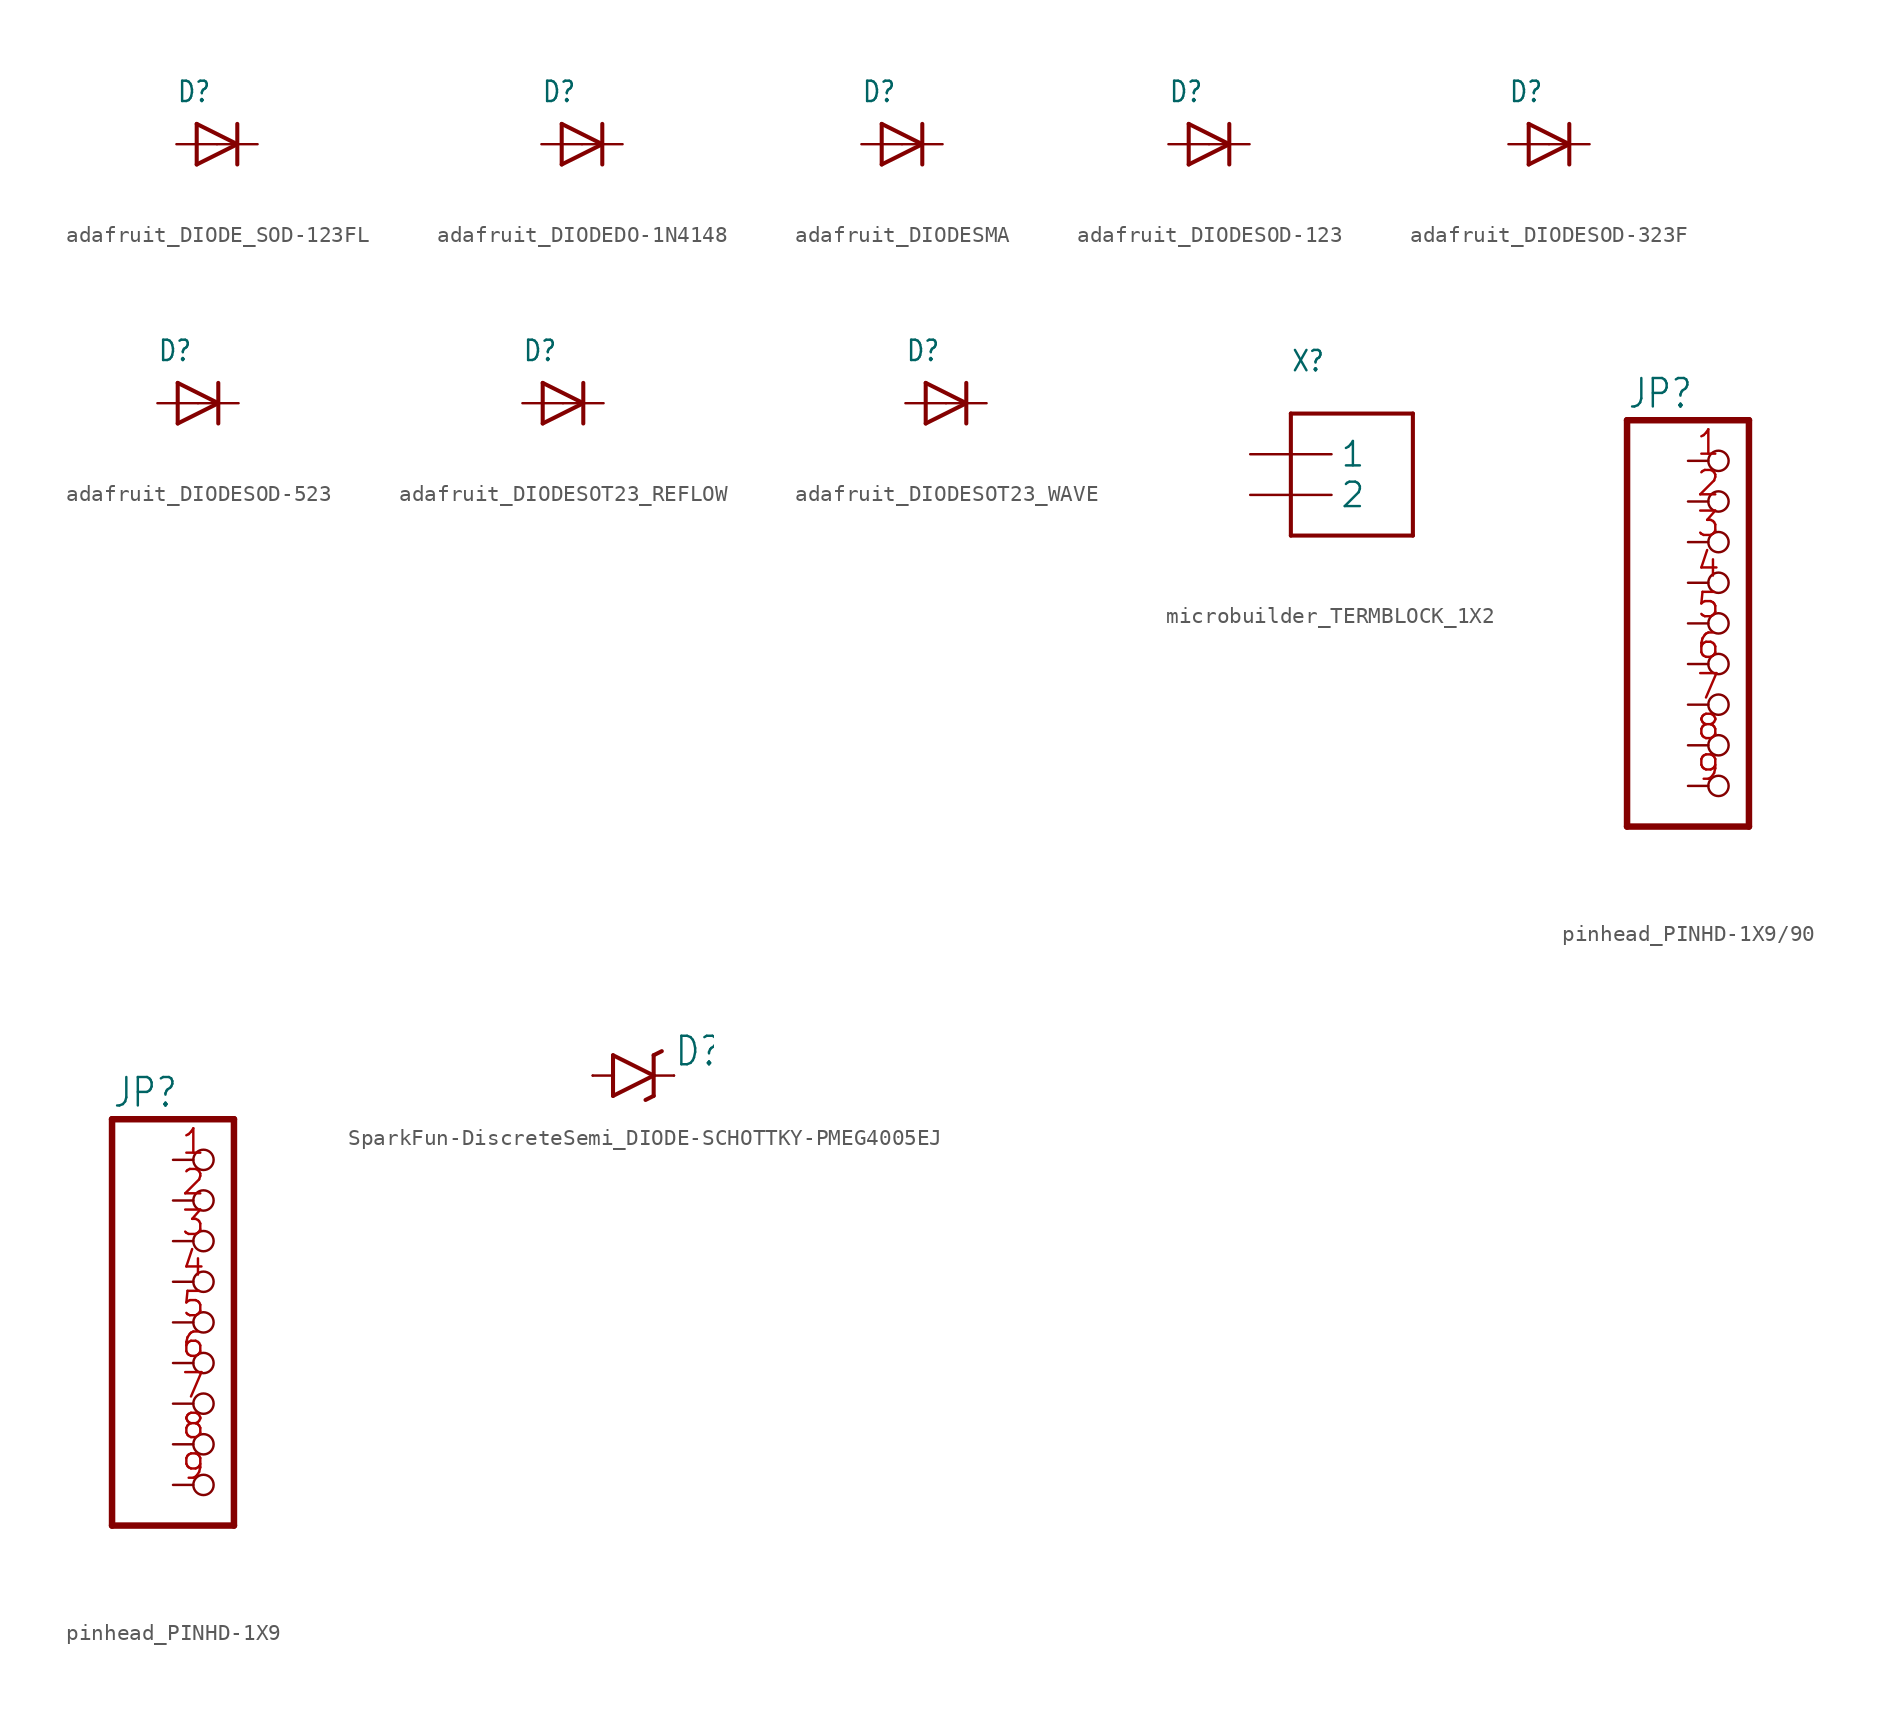
<source format=kicad_sym>
(kicad_symbol_lib
  (version 20241209)
  (generator "kicad_symbol_editor")
  (generator_version "9.0")
  (symbol "adafruit_DIODE_SOD-123FL"
    (property "Reference" "D"
      (at -2.54 2.54 0)
      (effects (font (size 1.27 1.079)) (justify left bottom)))
    (property "Value" ""
      (at -2.54 -3.81 0)
      (effects (font (size 1.27 1.079)) (justify left bottom)))
    (property "ki_locked" ""
      (at 0 0 0)
      (effects (font (size 1.27 1.27))))
    (symbol "adafruit_DIODE_SOD-123FL_1_0"
      (polyline (pts (xy -1.27 1.27) (xy -1.27 -1.27)) (stroke (width 0.254) (type solid)) (fill (type none)))
      (polyline (pts (xy -1.27 -1.27) (xy 1.27 0)) (stroke (width 0.254) (type solid)) (fill (type none)))
      (polyline (pts (xy 1.27 1.27) (xy 1.27 0)) (stroke (width 0.254) (type solid)) (fill (type none)))
      (polyline (pts (xy 1.27 0) (xy -1.27 1.27)) (stroke (width 0.254) (type solid)) (fill (type none)))
      (polyline (pts (xy 1.27 0) (xy 1.27 -1.27)) (stroke (width 0.254) (type solid)) (fill (type none)))
      (pin passive line (at -2.54 0 0) (length 2.54) (name "A" (effects (font (size 0 0)))) (number "A" (effects (font (size 0 0)))))
      (pin passive line (at 2.54 0 180) (length 2.54) (name "C" (effects (font (size 0 0)))) (number "C" (effects (font (size 0 0)))))))
  (symbol "adafruit_DIODEDO-1N4148"
    (property "Reference" "D"
      (at -2.54 2.54 0)
      (effects (font (size 1.27 1.079)) (justify left bottom)))
    (property "Value" ""
      (at -2.54 -3.81 0)
      (effects (font (size 1.27 1.079)) (justify left bottom)))
    (property "ki_locked" ""
      (at 0 0 0)
      (effects (font (size 1.27 1.27))))
    (symbol "adafruit_DIODEDO-1N4148_1_0"
      (polyline (pts (xy -1.27 1.27) (xy -1.27 -1.27)) (stroke (width 0.254) (type solid)) (fill (type none)))
      (polyline (pts (xy -1.27 -1.27) (xy 1.27 0)) (stroke (width 0.254) (type solid)) (fill (type none)))
      (polyline (pts (xy 1.27 1.27) (xy 1.27 0)) (stroke (width 0.254) (type solid)) (fill (type none)))
      (polyline (pts (xy 1.27 0) (xy -1.27 1.27)) (stroke (width 0.254) (type solid)) (fill (type none)))
      (polyline (pts (xy 1.27 0) (xy 1.27 -1.27)) (stroke (width 0.254) (type solid)) (fill (type none)))
      (pin passive line (at -2.54 0 0) (length 2.54) (name "A" (effects (font (size 0 0)))) (number "A" (effects (font (size 0 0)))))
      (pin passive line (at 2.54 0 180) (length 2.54) (name "C" (effects (font (size 0 0)))) (number "C" (effects (font (size 0 0)))))))
  (symbol "adafruit_DIODESMA"
    (property "Reference" "D"
      (at -2.54 2.54 0)
      (effects (font (size 1.27 1.079)) (justify left bottom)))
    (property "Value" ""
      (at -2.54 -3.81 0)
      (effects (font (size 1.27 1.079)) (justify left bottom)))
    (property "ki_locked" ""
      (at 0 0 0)
      (effects (font (size 1.27 1.27))))
    (symbol "adafruit_DIODESMA_1_0"
      (polyline (pts (xy -1.27 1.27) (xy -1.27 -1.27)) (stroke (width 0.254) (type solid)) (fill (type none)))
      (polyline (pts (xy -1.27 -1.27) (xy 1.27 0)) (stroke (width 0.254) (type solid)) (fill (type none)))
      (polyline (pts (xy 1.27 1.27) (xy 1.27 0)) (stroke (width 0.254) (type solid)) (fill (type none)))
      (polyline (pts (xy 1.27 0) (xy -1.27 1.27)) (stroke (width 0.254) (type solid)) (fill (type none)))
      (polyline (pts (xy 1.27 0) (xy 1.27 -1.27)) (stroke (width 0.254) (type solid)) (fill (type none)))
      (pin passive line (at -2.54 0 0) (length 2.54) (name "A" (effects (font (size 0 0)))) (number "A" (effects (font (size 0 0)))))
      (pin passive line (at 2.54 0 180) (length 2.54) (name "C" (effects (font (size 0 0)))) (number "C" (effects (font (size 0 0)))))))
  (symbol "adafruit_DIODESOD-123"
    (property "Reference" "D"
      (at -2.54 2.54 0)
      (effects (font (size 1.27 1.079)) (justify left bottom)))
    (property "Value" ""
      (at -2.54 -3.81 0)
      (effects (font (size 1.27 1.079)) (justify left bottom)))
    (property "ki_locked" ""
      (at 0 0 0)
      (effects (font (size 1.27 1.27))))
    (symbol "adafruit_DIODESOD-123_1_0"
      (polyline (pts (xy -1.27 1.27) (xy -1.27 -1.27)) (stroke (width 0.254) (type solid)) (fill (type none)))
      (polyline (pts (xy -1.27 -1.27) (xy 1.27 0)) (stroke (width 0.254) (type solid)) (fill (type none)))
      (polyline (pts (xy 1.27 1.27) (xy 1.27 0)) (stroke (width 0.254) (type solid)) (fill (type none)))
      (polyline (pts (xy 1.27 0) (xy -1.27 1.27)) (stroke (width 0.254) (type solid)) (fill (type none)))
      (polyline (pts (xy 1.27 0) (xy 1.27 -1.27)) (stroke (width 0.254) (type solid)) (fill (type none)))
      (pin passive line (at -2.54 0 0) (length 2.54) (name "A" (effects (font (size 0 0)))) (number "A" (effects (font (size 0 0)))))
      (pin passive line (at 2.54 0 180) (length 2.54) (name "C" (effects (font (size 0 0)))) (number "C" (effects (font (size 0 0)))))))
  (symbol "adafruit_DIODESOD-323F"
    (property "Reference" "D"
      (at -2.54 2.54 0)
      (effects (font (size 1.27 1.079)) (justify left bottom)))
    (property "Value" ""
      (at -2.54 -3.81 0)
      (effects (font (size 1.27 1.079)) (justify left bottom)))
    (property "ki_locked" ""
      (at 0 0 0)
      (effects (font (size 1.27 1.27))))
    (symbol "adafruit_DIODESOD-323F_1_0"
      (polyline (pts (xy -1.27 1.27) (xy -1.27 -1.27)) (stroke (width 0.254) (type solid)) (fill (type none)))
      (polyline (pts (xy -1.27 -1.27) (xy 1.27 0)) (stroke (width 0.254) (type solid)) (fill (type none)))
      (polyline (pts (xy 1.27 1.27) (xy 1.27 0)) (stroke (width 0.254) (type solid)) (fill (type none)))
      (polyline (pts (xy 1.27 0) (xy -1.27 1.27)) (stroke (width 0.254) (type solid)) (fill (type none)))
      (polyline (pts (xy 1.27 0) (xy 1.27 -1.27)) (stroke (width 0.254) (type solid)) (fill (type none)))
      (pin passive line (at -2.54 0 0) (length 2.54) (name "A" (effects (font (size 0 0)))) (number "A" (effects (font (size 0 0)))))
      (pin passive line (at 2.54 0 180) (length 2.54) (name "C" (effects (font (size 0 0)))) (number "C" (effects (font (size 0 0)))))))
  (symbol "adafruit_DIODESOD-523"
    (property "Reference" "D"
      (at -2.54 2.54 0)
      (effects (font (size 1.27 1.079)) (justify left bottom)))
    (property "Value" ""
      (at -2.54 -3.81 0)
      (effects (font (size 1.27 1.079)) (justify left bottom)))
    (property "ki_locked" ""
      (at 0 0 0)
      (effects (font (size 1.27 1.27))))
    (symbol "adafruit_DIODESOD-523_1_0"
      (polyline (pts (xy -1.27 1.27) (xy -1.27 -1.27)) (stroke (width 0.254) (type solid)) (fill (type none)))
      (polyline (pts (xy -1.27 -1.27) (xy 1.27 0)) (stroke (width 0.254) (type solid)) (fill (type none)))
      (polyline (pts (xy 1.27 1.27) (xy 1.27 0)) (stroke (width 0.254) (type solid)) (fill (type none)))
      (polyline (pts (xy 1.27 0) (xy -1.27 1.27)) (stroke (width 0.254) (type solid)) (fill (type none)))
      (polyline (pts (xy 1.27 0) (xy 1.27 -1.27)) (stroke (width 0.254) (type solid)) (fill (type none)))
      (pin passive line (at -2.54 0 0) (length 2.54) (name "A" (effects (font (size 0 0)))) (number "A" (effects (font (size 0 0)))))
      (pin passive line (at 2.54 0 180) (length 2.54) (name "C" (effects (font (size 0 0)))) (number "K" (effects (font (size 0 0)))))))
  (symbol "adafruit_DIODESOT23_REFLOW"
    (property "Reference" "D"
      (at -2.54 2.54 0)
      (effects (font (size 1.27 1.079)) (justify left bottom)))
    (property "Value" ""
      (at -2.54 -3.81 0)
      (effects (font (size 1.27 1.079)) (justify left bottom)))
    (property "ki_locked" ""
      (at 0 0 0)
      (effects (font (size 1.27 1.27))))
    (symbol "adafruit_DIODESOT23_REFLOW_1_0"
      (polyline (pts (xy -1.27 1.27) (xy -1.27 -1.27)) (stroke (width 0.254) (type solid)) (fill (type none)))
      (polyline (pts (xy -1.27 -1.27) (xy 1.27 0)) (stroke (width 0.254) (type solid)) (fill (type none)))
      (polyline (pts (xy 1.27 1.27) (xy 1.27 0)) (stroke (width 0.254) (type solid)) (fill (type none)))
      (polyline (pts (xy 1.27 0) (xy -1.27 1.27)) (stroke (width 0.254) (type solid)) (fill (type none)))
      (polyline (pts (xy 1.27 0) (xy 1.27 -1.27)) (stroke (width 0.254) (type solid)) (fill (type none)))
      (pin passive line (at -2.54 0 0) (length 2.54) (name "A" (effects (font (size 0 0)))) (number "1" (effects (font (size 0 0)))))
      (pin passive line (at 2.54 0 180) (length 2.54) (name "C" (effects (font (size 0 0)))) (number "3" (effects (font (size 0 0)))))))
  (symbol "adafruit_DIODESOT23_WAVE"
    (property "Reference" "D"
      (at -2.54 2.54 0)
      (effects (font (size 1.27 1.079)) (justify left bottom)))
    (property "Value" ""
      (at -2.54 -3.81 0)
      (effects (font (size 1.27 1.079)) (justify left bottom)))
    (property "ki_locked" ""
      (at 0 0 0)
      (effects (font (size 1.27 1.27))))
    (symbol "adafruit_DIODESOT23_WAVE_1_0"
      (polyline (pts (xy -1.27 1.27) (xy -1.27 -1.27)) (stroke (width 0.254) (type solid)) (fill (type none)))
      (polyline (pts (xy -1.27 -1.27) (xy 1.27 0)) (stroke (width 0.254) (type solid)) (fill (type none)))
      (polyline (pts (xy 1.27 1.27) (xy 1.27 0)) (stroke (width 0.254) (type solid)) (fill (type none)))
      (polyline (pts (xy 1.27 0) (xy -1.27 1.27)) (stroke (width 0.254) (type solid)) (fill (type none)))
      (polyline (pts (xy 1.27 0) (xy 1.27 -1.27)) (stroke (width 0.254) (type solid)) (fill (type none)))
      (pin passive line (at -2.54 0 0) (length 2.54) (name "A" (effects (font (size 0 0)))) (number "1" (effects (font (size 0 0)))))
      (pin passive line (at 2.54 0 180) (length 2.54) (name "C" (effects (font (size 0 0)))) (number "3" (effects (font (size 0 0)))))))
  (symbol "microbuilder_TERMBLOCK_1X2"
    (property "Reference" "X"
      (at -2.54 7.62 0)
      (effects (font (size 1.27 1.079)) (justify left bottom)))
    (property "Value" ""
      (at -2.54 -5.08 0)
      (effects (font (size 1.27 1.079)) (justify left bottom)))
    (property "ki_locked" ""
      (at 0 0 0)
      (effects (font (size 1.27 1.27))))
    (symbol "microbuilder_TERMBLOCK_1X2_1_0"
      (polyline (pts (xy -2.54 5.08) (xy -2.54 -2.54)) (stroke (width 0.254) (type solid)) (fill (type none)))
      (polyline (pts (xy -2.54 -2.54) (xy 5.08 -2.54)) (stroke (width 0.254) (type solid)) (fill (type none)))
      (polyline (pts (xy 5.08 5.08) (xy -2.54 5.08)) (stroke (width 0.254) (type solid)) (fill (type none)))
      (polyline (pts (xy 5.08 -2.54) (xy 5.08 5.08)) (stroke (width 0.254) (type solid)) (fill (type none)))
      (pin passive line (at -5.08 2.54 0) (length 5.08) (name "1" (effects (font (size 1.524 1.524)))) (number "1" (effects (font (size 0 0)))))
      (pin passive line (at -5.08 0 0) (length 5.08) (name "2" (effects (font (size 1.524 1.524)))) (number "2" (effects (font (size 0 0)))))))
  (symbol "pinhead_PINHD-1X9/90"
    (property "Reference" "JP"
      (at -6.35 13.335 0)
      (effects (font (size 1.778 1.511)) (justify left bottom)))
    (property "Value" ""
      (at -6.35 -15.24 0)
      (effects (font (size 1.778 1.511)) (justify left bottom)))
    (property "ki_locked" ""
      (at 0 0 0)
      (effects (font (size 1.27 1.27))))
    (symbol "pinhead_PINHD-1X9/90_1_0"
      (polyline (pts (xy -6.35 12.7) (xy -6.35 -12.7)) (stroke (width 0.406) (type solid)) (fill (type none)))
      (polyline (pts (xy -6.35 -12.7) (xy 1.27 -12.7)) (stroke (width 0.406) (type solid)) (fill (type none)))
      (polyline (pts (xy 1.27 12.7) (xy -6.35 12.7)) (stroke (width 0.406) (type solid)) (fill (type none)))
      (polyline (pts (xy 1.27 -12.7) (xy 1.27 12.7)) (stroke (width 0.406) (type solid)) (fill (type none)))
      (pin passive inverted (at -2.54 10.16 0) (length 2.54) (name "1" (effects (font (size 0 0)))) (number "1" (effects (font (size 1.524 1.524)))))
      (pin passive inverted (at -2.54 7.62 0) (length 2.54) (name "2" (effects (font (size 0 0)))) (number "2" (effects (font (size 1.524 1.524)))))
      (pin passive inverted (at -2.54 5.08 0) (length 2.54) (name "3" (effects (font (size 0 0)))) (number "3" (effects (font (size 1.524 1.524)))))
      (pin passive inverted (at -2.54 2.54 0) (length 2.54) (name "4" (effects (font (size 0 0)))) (number "4" (effects (font (size 1.524 1.524)))))
      (pin passive inverted (at -2.54 0 0) (length 2.54) (name "5" (effects (font (size 0 0)))) (number "5" (effects (font (size 1.524 1.524)))))
      (pin passive inverted (at -2.54 -2.54 0) (length 2.54) (name "6" (effects (font (size 0 0)))) (number "6" (effects (font (size 1.524 1.524)))))
      (pin passive inverted (at -2.54 -5.08 0) (length 2.54) (name "7" (effects (font (size 0 0)))) (number "7" (effects (font (size 1.524 1.524)))))
      (pin passive inverted (at -2.54 -7.62 0) (length 2.54) (name "8" (effects (font (size 0 0)))) (number "8" (effects (font (size 1.524 1.524)))))
      (pin passive inverted (at -2.54 -10.16 0) (length 2.54) (name "9" (effects (font (size 0 0)))) (number "9" (effects (font (size 1.524 1.524)))))))
  (symbol "pinhead_PINHD-1X9"
    (property "Reference" "JP"
      (at -6.35 13.335 0)
      (effects (font (size 1.778 1.511)) (justify left bottom)))
    (property "Value" ""
      (at -6.35 -15.24 0)
      (effects (font (size 1.778 1.511)) (justify left bottom)))
    (property "ki_locked" ""
      (at 0 0 0)
      (effects (font (size 1.27 1.27))))
    (symbol "pinhead_PINHD-1X9_1_0"
      (polyline (pts (xy -6.35 12.7) (xy -6.35 -12.7)) (stroke (width 0.406) (type solid)) (fill (type none)))
      (polyline (pts (xy -6.35 -12.7) (xy 1.27 -12.7)) (stroke (width 0.406) (type solid)) (fill (type none)))
      (polyline (pts (xy 1.27 12.7) (xy -6.35 12.7)) (stroke (width 0.406) (type solid)) (fill (type none)))
      (polyline (pts (xy 1.27 -12.7) (xy 1.27 12.7)) (stroke (width 0.406) (type solid)) (fill (type none)))
      (pin passive inverted (at -2.54 10.16 0) (length 2.54) (name "1" (effects (font (size 0 0)))) (number "1" (effects (font (size 1.524 1.524)))))
      (pin passive inverted (at -2.54 7.62 0) (length 2.54) (name "2" (effects (font (size 0 0)))) (number "2" (effects (font (size 1.524 1.524)))))
      (pin passive inverted (at -2.54 5.08 0) (length 2.54) (name "3" (effects (font (size 0 0)))) (number "3" (effects (font (size 1.524 1.524)))))
      (pin passive inverted (at -2.54 2.54 0) (length 2.54) (name "4" (effects (font (size 0 0)))) (number "4" (effects (font (size 1.524 1.524)))))
      (pin passive inverted (at -2.54 0 0) (length 2.54) (name "5" (effects (font (size 0 0)))) (number "5" (effects (font (size 1.524 1.524)))))
      (pin passive inverted (at -2.54 -2.54 0) (length 2.54) (name "6" (effects (font (size 0 0)))) (number "6" (effects (font (size 1.524 1.524)))))
      (pin passive inverted (at -2.54 -5.08 0) (length 2.54) (name "7" (effects (font (size 0 0)))) (number "7" (effects (font (size 1.524 1.524)))))
      (pin passive inverted (at -2.54 -7.62 0) (length 2.54) (name "8" (effects (font (size 0 0)))) (number "8" (effects (font (size 1.524 1.524)))))
      (pin passive inverted (at -2.54 -10.16 0) (length 2.54) (name "9" (effects (font (size 0 0)))) (number "9" (effects (font (size 1.524 1.524)))))))
  (symbol "SparkFun-DiscreteSemi_DIODE-SCHOTTKY-PMEG4005EJ"
    (property "Reference" "D"
      (at 2.54 0.483 0)
      (effects (font (size 1.778 1.511)) (justify left bottom)))
    (property "Value" ""
      (at 2.54 -2.311 0)
      (effects (font (size 1.778 1.511)) (justify left bottom)))
    (property "ki_locked" ""
      (at 0 0 0)
      (effects (font (size 1.27 1.27))))
    (symbol "SparkFun-DiscreteSemi_DIODE-SCHOTTKY-PMEG4005EJ_1_0"
      (polyline (pts (xy -2.54 0) (xy -1.27 0)) (stroke (width 0.152) (type solid)) (fill (type none)))
      (polyline (pts (xy -1.27 1.27) (xy -1.27 0)) (stroke (width 0.254) (type solid)) (fill (type none)))
      (polyline (pts (xy -1.27 0) (xy -1.27 -1.27)) (stroke (width 0.254) (type solid)) (fill (type none)))
      (polyline (pts (xy -1.27 -1.27) (xy 1.27 0)) (stroke (width 0.254) (type solid)) (fill (type none)))
      (polyline (pts (xy 1.27 1.27) (xy 1.27 0)) (stroke (width 0.254) (type solid)) (fill (type none)))
      (polyline (pts (xy 1.27 1.27) (xy 1.778 1.524)) (stroke (width 0.254) (type solid)) (fill (type none)))
      (polyline (pts (xy 1.27 0) (xy -1.27 1.27)) (stroke (width 0.254) (type solid)) (fill (type none)))
      (polyline (pts (xy 1.27 0) (xy 1.27 -1.27)) (stroke (width 0.254) (type solid)) (fill (type none)))
      (polyline (pts (xy 1.27 -1.27) (xy 0.762 -1.524)) (stroke (width 0.254) (type solid)) (fill (type none)))
      (polyline (pts (xy 2.54 0) (xy 1.27 0)) (stroke (width 0.152) (type solid)) (fill (type none)))
      (pin passive line (at -2.54 0 0) (length 0) (name "A" (effects (font (size 0 0)))) (number "A" (effects (font (size 0 0)))))
      (pin passive line (at 2.54 0 180) (length 0) (name "C" (effects (font (size 0 0)))) (number "C" (effects (font (size 0 0))))))))
</source>
